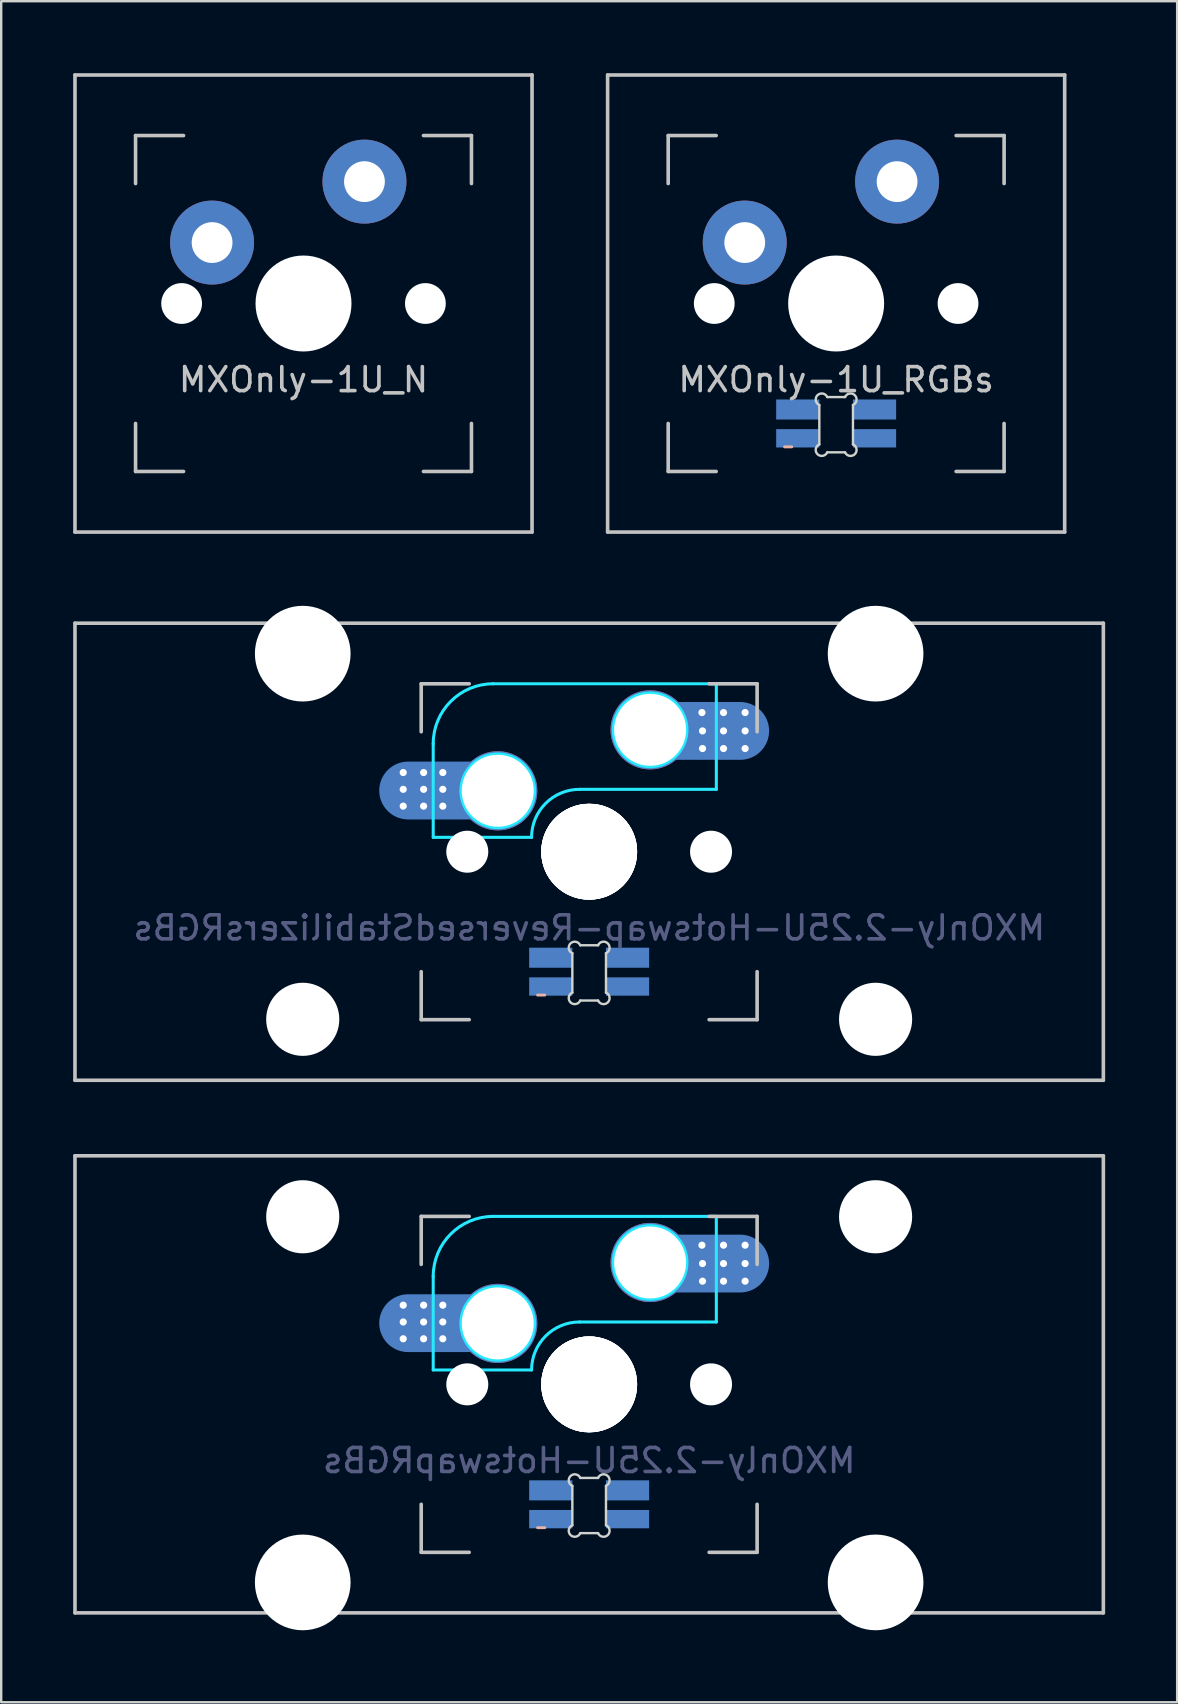
<source format=kicad_pcb>
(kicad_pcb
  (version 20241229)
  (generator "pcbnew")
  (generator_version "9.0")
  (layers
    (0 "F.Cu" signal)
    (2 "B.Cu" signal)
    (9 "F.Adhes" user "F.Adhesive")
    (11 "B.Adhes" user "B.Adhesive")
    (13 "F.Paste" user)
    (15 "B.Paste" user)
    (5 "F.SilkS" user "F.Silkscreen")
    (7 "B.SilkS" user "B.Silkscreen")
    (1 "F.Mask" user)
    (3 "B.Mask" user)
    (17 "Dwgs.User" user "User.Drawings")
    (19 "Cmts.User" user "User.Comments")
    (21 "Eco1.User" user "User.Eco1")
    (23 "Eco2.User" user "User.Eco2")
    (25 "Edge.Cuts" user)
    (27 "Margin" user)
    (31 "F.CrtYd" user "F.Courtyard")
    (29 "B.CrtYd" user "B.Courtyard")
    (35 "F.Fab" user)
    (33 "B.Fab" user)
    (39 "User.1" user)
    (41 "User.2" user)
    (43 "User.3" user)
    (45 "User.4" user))
  (footprint "MXOnly-1U_RGBs"
    (layer "F.Cu")
    (at 31.8 9.6)
    (property "Reference" "MXOnly-1U_RGBs" (at 0 3.175 0) (layer "Dwgs.User") (effects (font (size 1 1) (thickness 0.15))))
    (attr through_hole)
    (fp_line (start -2.15 5.975) (end -1.85 5.975) (stroke (width 0.12) (type solid)) (layer "B.SilkS"))
    (fp_line (start -9.525 -9.525) (end 9.525 -9.525) (stroke (width 0.15) (type solid)) (layer "Dwgs.User"))
    (fp_line (start -9.525 9.525) (end -9.525 -9.525) (stroke (width 0.15) (type solid)) (layer "Dwgs.User"))
    (fp_line (start -7 -7) (end -7 -5) (stroke (width 0.15) (type solid)) (layer "Dwgs.User"))
    (fp_line (start -7 5) (end -7 7) (stroke (width 0.15) (type solid)) (layer "Dwgs.User"))
    (fp_line (start -7 7) (end -5 7) (stroke (width 0.15) (type solid)) (layer "Dwgs.User"))
    (fp_line (start -5 -7) (end -7 -7) (stroke (width 0.15) (type solid)) (layer "Dwgs.User"))
    (fp_line (start 5 -7) (end 7 -7) (stroke (width 0.15) (type solid)) (layer "Dwgs.User"))
    (fp_line (start 5 7) (end 7 7) (stroke (width 0.15) (type solid)) (layer "Dwgs.User"))
    (fp_line (start 7 -7) (end 7 -5) (stroke (width 0.15) (type solid)) (layer "Dwgs.User"))
    (fp_line (start 7 7) (end 7 5) (stroke (width 0.15) (type solid)) (layer "Dwgs.User"))
    (fp_line (start 9.525 -9.525) (end 9.525 9.525) (stroke (width 0.15) (type solid)) (layer "Dwgs.User"))
    (fp_line (start 9.525 9.525) (end -9.525 9.525) (stroke (width 0.15) (type solid)) (layer "Dwgs.User"))
    (fp_line (start -0.701 5.873) (end -0.701 4.229) (stroke (width 0.1) (type solid)) (layer "Edge.Cuts"))
    (fp_line (start -0.372 3.9) (end 0.372 3.9) (stroke (width 0.1) (type solid)) (layer "Edge.Cuts"))
    (fp_line (start 0.372 6.202) (end -0.372 6.202) (stroke (width 0.1) (type solid)) (layer "Edge.Cuts"))
    (fp_line (start 0.701 4.229) (end 0.701 5.873) (stroke (width 0.1) (type solid)) (layer "Edge.Cuts"))
    (fp_arc (start -0.701007 4.229129) (mid -0.777791 3.823216) (end -0.371878 3.9) (stroke (width 0.1) (type solid)) (layer "Edge.Cuts"))
    (fp_arc (start -0.371878 6.202013) (mid -0.777748 6.278754) (end -0.701007 5.872884) (stroke (width 0.1) (type solid)) (layer "Edge.Cuts"))
    (fp_arc (start 0.371877 3.9) (mid 0.777804 3.823208) (end 0.701006 4.229129) (stroke (width 0.1) (type solid)) (layer "Edge.Cuts"))
    (fp_arc (start 0.701006 5.872884) (mid 0.777758 6.278765) (end 0.371877 6.202013) (stroke (width 0.1) (type solid)) (layer "Edge.Cuts"))
    (pad "" np_thru_hole circle (at -5.08 0 48.099) (size 1.7 1.7) (drill 1.7) (layers "*.Cu" "*.Mask"))
    (pad "" smd circle (at -3.81 -2.55) (size 2.5 2.5) (layers "B.Mask"))
    (pad "" np_thru_hole circle (at 0 0) (size 4 4) (drill 4) (layers "*.Cu" "*.Mask"))
    (pad "" smd circle (at 2.54 -5.08) (size 2.5 2.5) (layers "B.Mask"))
    (pad "" np_thru_hole circle (at 5.08 0 48.099) (size 1.7 1.7) (drill 1.7) (layers "*.Cu" "*.Mask"))
    (pad "1" thru_hole circle (at -3.81 -2.54) (size 3.5 3.5) (drill 1.7) (layers "*.Cu"))
    (pad "2" thru_hole circle (at 2.54 -5.08) (size 3.5 3.5) (drill 1.7) (layers "*.Cu"))
    (pad "3" smd rect (at 1.6 4.418) (size 1.8 0.836) (layers "B.Cu" "B.Mask" "B.Paste"))
    (pad "4" smd rect (at -1.6 4.418) (size 1.8 0.836) (layers "B.Cu" "B.Mask" "B.Paste"))
    (pad "5" smd rect (at 1.6 5.618) (size 1.8 0.764) (layers "B.Cu" "B.Mask" "B.Paste"))
    (pad "6" smd rect (at -1.6 5.618) (size 1.8 0.764) (layers "B.Cu" "B.Mask" "B.Paste")))
  (footprint "MXOnly-1U_N"
    (layer "F.Cu")
    (at 9.6 9.6)
    (property "Reference" "MXOnly-1U_N" (at 0 3.175 0) (layer "Dwgs.User") (effects (font (size 1 1) (thickness 0.15))))
    (attr through_hole)
    (fp_line (start -9.525 -9.525) (end 9.525 -9.525) (stroke (width 0.15) (type solid)) (layer "Dwgs.User"))
    (fp_line (start -9.525 9.525) (end -9.525 -9.525) (stroke (width 0.15) (type solid)) (layer "Dwgs.User"))
    (fp_line (start -7 -7) (end -7 -5) (stroke (width 0.15) (type solid)) (layer "Dwgs.User"))
    (fp_line (start -7 5) (end -7 7) (stroke (width 0.15) (type solid)) (layer "Dwgs.User"))
    (fp_line (start -7 7) (end -5 7) (stroke (width 0.15) (type solid)) (layer "Dwgs.User"))
    (fp_line (start -5 -7) (end -7 -7) (stroke (width 0.15) (type solid)) (layer "Dwgs.User"))
    (fp_line (start 5 -7) (end 7 -7) (stroke (width 0.15) (type solid)) (layer "Dwgs.User"))
    (fp_line (start 5 7) (end 7 7) (stroke (width 0.15) (type solid)) (layer "Dwgs.User"))
    (fp_line (start 7 -7) (end 7 -5) (stroke (width 0.15) (type solid)) (layer "Dwgs.User"))
    (fp_line (start 7 7) (end 7 5) (stroke (width 0.15) (type solid)) (layer "Dwgs.User"))
    (fp_line (start 9.525 -9.525) (end 9.525 9.525) (stroke (width 0.15) (type solid)) (layer "Dwgs.User"))
    (fp_line (start 9.525 9.525) (end -9.525 9.525) (stroke (width 0.15) (type solid)) (layer "Dwgs.User"))
    (pad "" np_thru_hole circle (at -5.08 0 48.099) (size 1.7 1.7) (drill 1.7) (layers "*.Cu" "*.Mask"))
    (pad "" smd circle (at -3.81 -2.55) (size 2.5 2.5) (layers "B.Mask"))
    (pad "" np_thru_hole circle (at 0 0) (size 4 4) (drill 4) (layers "*.Cu" "*.Mask"))
    (pad "" smd circle (at 2.54 -5.08) (size 2.5 2.5) (layers "B.Mask"))
    (pad "" np_thru_hole circle (at 5.08 0 48.099) (size 1.7 1.7) (drill 1.7) (layers "*.Cu" "*.Mask"))
    (pad "1" thru_hole circle (at -3.81 -2.54) (size 3.5 3.5) (drill 1.7) (layers "*.Cu"))
    (pad "2" thru_hole circle (at 2.54 -5.08) (size 3.5 3.5) (drill 1.7) (layers "*.Cu")))
  (footprint "MXOnly-2.25U-HotswapRGBs"
    (layer "F.Cu")
    (at 21.506 54.649)
    (property "Reference" "MXOnly-2.25U-HotswapRGBs" (at 0 3.175 0) (layer "B.Fab") (effects (font (size 1 1) (thickness 0.15)) (justify mirror)))
    (attr smd)
    (fp_line (start -2.15 5.975) (end -1.85 5.975) (stroke (width 0.12) (type solid)) (layer "B.SilkS"))
    (fp_line (start -21.431 -9.525) (end 21.431 -9.525) (stroke (width 0.15) (type solid)) (layer "Dwgs.User"))
    (fp_line (start -21.431 9.525) (end -21.431 -9.525) (stroke (width 0.15) (type solid)) (layer "Dwgs.User"))
    (fp_line (start -7 -7) (end -7 -5) (stroke (width 0.15) (type solid)) (layer "Dwgs.User"))
    (fp_line (start -7 5) (end -7 7) (stroke (width 0.15) (type solid)) (layer "Dwgs.User"))
    (fp_line (start -7 7) (end -5 7) (stroke (width 0.15) (type solid)) (layer "Dwgs.User"))
    (fp_line (start -5 -7) (end -7 -7) (stroke (width 0.15) (type solid)) (layer "Dwgs.User"))
    (fp_line (start 5 -7) (end 7 -7) (stroke (width 0.15) (type solid)) (layer "Dwgs.User"))
    (fp_line (start 5 7) (end 7 7) (stroke (width 0.15) (type solid)) (layer "Dwgs.User"))
    (fp_line (start 7 -5) (end 7 -7) (stroke (width 0.15) (type solid)) (layer "Dwgs.User"))
    (fp_line (start 7 7) (end 7 5) (stroke (width 0.15) (type solid)) (layer "Dwgs.User"))
    (fp_line (start 21.431 -9.525) (end 21.431 9.525) (stroke (width 0.15) (type solid)) (layer "Dwgs.User"))
    (fp_line (start 21.431 9.525) (end -21.431 9.525) (stroke (width 0.15) (type solid)) (layer "Dwgs.User"))
    (fp_line (start -0.701 5.873) (end -0.701 4.229) (stroke (width 0.1) (type solid)) (layer "Edge.Cuts"))
    (fp_line (start -0.372 3.9) (end 0.372 3.9) (stroke (width 0.1) (type solid)) (layer "Edge.Cuts"))
    (fp_line (start 0.372 6.202) (end -0.372 6.202) (stroke (width 0.1) (type solid)) (layer "Edge.Cuts"))
    (fp_line (start 0.701 4.229) (end 0.701 5.873) (stroke (width 0.1) (type solid)) (layer "Edge.Cuts"))
    (fp_arc (start -0.701007 4.229129) (mid -0.777791 3.823216) (end -0.371878 3.9) (stroke (width 0.1) (type solid)) (layer "Edge.Cuts"))
    (fp_arc (start -0.371878 6.202013) (mid -0.777748 6.278754) (end -0.701007 5.872884) (stroke (width 0.1) (type solid)) (layer "Edge.Cuts"))
    (fp_arc (start 0.371877 3.9) (mid 0.777804 3.823208) (end 0.701006 4.229129) (stroke (width 0.1) (type solid)) (layer "Edge.Cuts"))
    (fp_arc (start 0.701006 5.872884) (mid 0.777758 6.278765) (end 0.371877 6.202013) (stroke (width 0.1) (type solid)) (layer "Edge.Cuts"))
    (fp_line (start -6.5 -4.5) (end -6.5 -0.6) (stroke (width 0.127) (type solid)) (layer "B.CrtYd"))
    (fp_line (start -6.5 -0.6) (end -2.4 -0.6) (stroke (width 0.127) (type solid)) (layer "B.CrtYd"))
    (fp_line (start -0.4 -2.6) (end 5.3 -2.6) (stroke (width 0.127) (type solid)) (layer "B.CrtYd"))
    (fp_line (start 5.3 -7) (end -4 -7) (stroke (width 0.127) (type solid)) (layer "B.CrtYd"))
    (fp_line (start 5.3 -7) (end 5.3 -2.6) (stroke (width 0.127) (type solid)) (layer "B.CrtYd"))
    (fp_arc (start -6.5 -4.5) (mid -5.767767 -6.267767) (end -4 -7) (stroke (width 0.127) (type solid)) (layer "B.CrtYd"))
    (fp_arc (start -2.4 -0.6) (mid -1.814214 -2.014214) (end -0.4 -2.6) (stroke (width 0.127) (type solid)) (layer "B.CrtYd"))
    (fp_circle (center -3.81 -2.54) (end -2.286 -2.54) (stroke (width 0.15) (type solid)) (fill no) (layer "B.CrtYd"))
    (fp_circle (center 2.54 -5.08) (end 2.54 -6.604) (stroke (width 0.15) (type solid)) (fill no) (layer "B.CrtYd"))
    (pad "" np_thru_hole circle (at -11.938 -6.985) (size 3.048 3.048) (drill 3.048) (layers "*.Cu" "*.Mask"))
    (pad "" np_thru_hole circle (at -11.938 8.255) (size 3.988 3.988) (drill 3.988) (layers "*.Cu" "*.Mask"))
    (pad "" np_thru_hole circle (at -5.08 0 48.1) (size 1.75 1.75) (drill 1.75) (layers "*.Cu" "*.Mask"))
    (pad "" np_thru_hole circle (at 0 0) (size 3.988 3.988) (drill 3.988) (layers "*.Cu" "*.Mask"))
    (pad "" np_thru_hole circle (at 0 0) (size 3.988 3.988) (drill 3.988) (layers "*.Cu" "*.Mask"))
    (pad "" np_thru_hole circle (at 0 0) (size 4 4) (drill 4) (layers "*.Cu" "*.Mask"))
    (pad "" np_thru_hole circle (at 0 0) (size 4 4) (drill 4) (layers "*.Cu" "*.Mask"))
    (pad "" np_thru_hole circle (at 5.08 0 48.1) (size 1.75 1.75) (drill 1.75) (layers "*.Cu" "*.Mask"))
    (pad "" np_thru_hole circle (at 11.938 -6.985) (size 3.048 3.048) (drill 3.048) (layers "*.Cu" "*.Mask"))
    (pad "" np_thru_hole circle (at 11.938 8.255) (size 3.988 3.988) (drill 3.988) (layers "*.Cu" "*.Mask"))
    (pad "1" thru_hole circle (at 2.54 -5.08) (size 3.3 3.3) (drill 3) (layers "*.Cu" "B.Mask"))
    (pad "1" thru_hole circle (at 4.7 -5.8) (size 0.4 0.4) (drill 0.3) (layers "*.Cu" "B.Mask"))
    (pad "1" thru_hole circle (at 4.725 -5.035) (size 0.4 0.4) (drill 0.3) (layers "*.Cu" "B.Mask"))
    (pad "1" thru_hole circle (at 4.725 -4.3) (size 0.4 0.4) (drill 0.3) (layers "*.Cu" "B.Mask"))
    (pad "1" smd oval (at 4.75 -5.035) (size 5.5 2.41) (layers "B.Cu" "B.Mask" "B.Paste"))
    (pad "1" thru_hole circle (at 5.6 -5.8) (size 0.4 0.4) (drill 0.3) (layers "*.Cu" "B.Mask"))
    (pad "1" thru_hole circle (at 5.6 -5.035) (size 0.4 0.4) (drill 0.3) (layers "*.Cu" "B.Mask"))
    (pad "1" thru_hole circle (at 5.6 -4.3) (size 0.4 0.4) (drill 0.3) (layers "*.Cu" "B.Mask"))
    (pad "1" thru_hole circle (at 6.5 -5.8) (size 0.4 0.4) (drill 0.3) (layers "*.Cu" "B.Mask"))
    (pad "1" thru_hole circle (at 6.5 -5.035) (size 0.4 0.4) (drill 0.3) (layers "*.Cu" "B.Mask"))
    (pad "1" thru_hole circle (at 6.5 -4.3) (size 0.4 0.4) (drill 0.3) (layers "*.Cu" "B.Mask"))
    (pad "2" thru_hole circle (at -7.75 -3.3) (size 0.4 0.4) (drill 0.3) (layers "*.Cu" "B.Mask"))
    (pad "2" thru_hole circle (at -7.75 -2.6) (size 0.4 0.4) (drill 0.3) (layers "*.Cu" "B.Mask"))
    (pad "2" thru_hole circle (at -7.75 -1.9) (size 0.4 0.4) (drill 0.3) (layers "*.Cu" "B.Mask"))
    (pad "2" thru_hole circle (at -6.9 -3.3) (size 0.4 0.4) (drill 0.3) (layers "*.Cu" "B.Mask"))
    (pad "2" thru_hole circle (at -6.9 -2.6) (size 0.4 0.4) (drill 0.3) (layers "*.Cu" "B.Mask"))
    (pad "2" thru_hole circle (at -6.9 -1.9) (size 0.4 0.4) (drill 0.3) (layers "*.Cu" "B.Mask"))
    (pad "2" thru_hole circle (at -6.1 -3.3) (size 0.4 0.4) (drill 0.3) (layers "*.Cu" "B.Mask"))
    (pad "2" thru_hole circle (at -6.1 -2.6) (size 0.4 0.4) (drill 0.3) (layers "*.Cu" "B.Mask"))
    (pad "2" thru_hole circle (at -6.1 -1.9) (size 0.4 0.4) (drill 0.3) (layers "*.Cu" "B.Mask"))
    (pad "2" smd oval (at -6 -2.55) (size 5.5 2.41) (layers "B.Cu" "B.Mask" "B.Paste"))
    (pad "2" thru_hole circle (at -3.81 -2.54) (size 3.3 3.3) (drill 3) (layers "*.Cu" "B.Mask"))
    (pad "3" smd rect (at 1.6 4.418) (size 1.8 0.836) (layers "B.Cu" "B.Mask" "B.Paste"))
    (pad "4" smd rect (at -1.6 4.418) (size 1.8 0.836) (layers "B.Cu" "B.Mask" "B.Paste"))
    (pad "5" smd rect (at 1.6 5.618) (size 1.8 0.764) (layers "B.Cu" "B.Mask" "B.Paste"))
    (pad "6" smd rect (at -1.6 5.618) (size 1.8 0.764) (layers "B.Cu" "B.Mask" "B.Paste")))
  (footprint "MXOnly-2.25U-Hotswap-ReversedStabilizersRGBs"
    (layer "F.Cu")
    (at 21.506 32.449)
    (property "Reference" "MXOnly-2.25U-Hotswap-ReversedStabilizersRGBs" (at 0 3.175 0) (layer "B.Fab") (effects (font (size 1 1) (thickness 0.15)) (justify mirror)))
    (attr smd)
    (fp_line (start -2.15 5.975) (end -1.85 5.975) (stroke (width 0.12) (type solid)) (layer "B.SilkS"))
    (fp_line (start -21.431 -9.525) (end 21.431 -9.525) (stroke (width 0.15) (type solid)) (layer "Dwgs.User"))
    (fp_line (start -21.431 9.525) (end -21.431 -9.525) (stroke (width 0.15) (type solid)) (layer "Dwgs.User"))
    (fp_line (start -7 -7) (end -7 -5) (stroke (width 0.15) (type solid)) (layer "Dwgs.User"))
    (fp_line (start -7 5) (end -7 7) (stroke (width 0.15) (type solid)) (layer "Dwgs.User"))
    (fp_line (start -7 7) (end -5 7) (stroke (width 0.15) (type solid)) (layer "Dwgs.User"))
    (fp_line (start -5 -7) (end -7 -7) (stroke (width 0.15) (type solid)) (layer "Dwgs.User"))
    (fp_line (start 5 -7) (end 7 -7) (stroke (width 0.15) (type solid)) (layer "Dwgs.User"))
    (fp_line (start 5 7) (end 7 7) (stroke (width 0.15) (type solid)) (layer "Dwgs.User"))
    (fp_line (start 7 -5) (end 7 -7) (stroke (width 0.15) (type solid)) (layer "Dwgs.User"))
    (fp_line (start 7 7) (end 7 5) (stroke (width 0.15) (type solid)) (layer "Dwgs.User"))
    (fp_line (start 21.431 -9.525) (end 21.431 9.525) (stroke (width 0.15) (type solid)) (layer "Dwgs.User"))
    (fp_line (start 21.431 9.525) (end -21.431 9.525) (stroke (width 0.15) (type solid)) (layer "Dwgs.User"))
    (fp_line (start -0.701 5.873) (end -0.701 4.229) (stroke (width 0.1) (type solid)) (layer "Edge.Cuts"))
    (fp_line (start -0.372 3.9) (end 0.372 3.9) (stroke (width 0.1) (type solid)) (layer "Edge.Cuts"))
    (fp_line (start 0.372 6.202) (end -0.372 6.202) (stroke (width 0.1) (type solid)) (layer "Edge.Cuts"))
    (fp_line (start 0.701 4.229) (end 0.701 5.873) (stroke (width 0.1) (type solid)) (layer "Edge.Cuts"))
    (fp_arc (start -0.701007 4.229129) (mid -0.777791 3.823216) (end -0.371878 3.9) (stroke (width 0.1) (type solid)) (layer "Edge.Cuts"))
    (fp_arc (start -0.371878 6.202013) (mid -0.777748 6.278754) (end -0.701007 5.872884) (stroke (width 0.1) (type solid)) (layer "Edge.Cuts"))
    (fp_arc (start 0.371877 3.9) (mid 0.777804 3.823208) (end 0.701006 4.229129) (stroke (width 0.1) (type solid)) (layer "Edge.Cuts"))
    (fp_arc (start 0.701006 5.872884) (mid 0.777758 6.278765) (end 0.371877 6.202013) (stroke (width 0.1) (type solid)) (layer "Edge.Cuts"))
    (fp_line (start -6.5 -4.5) (end -6.5 -0.6) (stroke (width 0.127) (type solid)) (layer "B.CrtYd"))
    (fp_line (start -6.5 -0.6) (end -2.4 -0.6) (stroke (width 0.127) (type solid)) (layer "B.CrtYd"))
    (fp_line (start -0.4 -2.6) (end 5.3 -2.6) (stroke (width 0.127) (type solid)) (layer "B.CrtYd"))
    (fp_line (start 5.3 -7) (end -4 -7) (stroke (width 0.127) (type solid)) (layer "B.CrtYd"))
    (fp_line (start 5.3 -7) (end 5.3 -2.6) (stroke (width 0.127) (type solid)) (layer "B.CrtYd"))
    (fp_arc (start -6.5 -4.5) (mid -5.767767 -6.267767) (end -4 -7) (stroke (width 0.127) (type solid)) (layer "B.CrtYd"))
    (fp_arc (start -2.4 -0.6) (mid -1.814214 -2.014214) (end -0.4 -2.6) (stroke (width 0.127) (type solid)) (layer "B.CrtYd"))
    (fp_circle (center -3.81 -2.54) (end -2.286 -2.54) (stroke (width 0.15) (type solid)) (fill no) (layer "B.CrtYd"))
    (fp_circle (center 2.54 -5.08) (end 2.54 -6.604) (stroke (width 0.15) (type solid)) (fill no) (layer "B.CrtYd"))
    (pad "" np_thru_hole circle (at -11.938 -8.255) (size 3.988 3.988) (drill 3.988) (layers "*.Cu" "*.Mask"))
    (pad "" np_thru_hole circle (at -11.938 6.985) (size 3.048 3.048) (drill 3.048) (layers "*.Cu" "*.Mask"))
    (pad "" np_thru_hole circle (at -5.08 0 48.1) (size 1.75 1.75) (drill 1.75) (layers "*.Cu" "*.Mask"))
    (pad "" np_thru_hole circle (at 0 0) (size 3.988 3.988) (drill 3.988) (layers "*.Cu" "*.Mask"))
    (pad "" np_thru_hole circle (at 0 0) (size 3.988 3.988) (drill 3.988) (layers "*.Cu" "*.Mask"))
    (pad "" np_thru_hole circle (at 0 0) (size 4 4) (drill 4) (layers "*.Cu" "*.Mask"))
    (pad "" np_thru_hole circle (at 0 0) (size 4 4) (drill 4) (layers "*.Cu" "*.Mask"))
    (pad "" np_thru_hole circle (at 5.08 0 48.1) (size 1.75 1.75) (drill 1.75) (layers "*.Cu" "*.Mask"))
    (pad "" np_thru_hole circle (at 11.938 -8.255) (size 3.988 3.988) (drill 3.988) (layers "*.Cu" "*.Mask"))
    (pad "" np_thru_hole circle (at 11.938 6.985) (size 3.048 3.048) (drill 3.048) (layers "*.Cu" "*.Mask"))
    (pad "1" thru_hole circle (at 2.54 -5.08) (size 3.3 3.3) (drill 3) (layers "*.Cu" "B.Mask"))
    (pad "1" thru_hole circle (at 4.7 -5.8) (size 0.4 0.4) (drill 0.3) (layers "*.Cu" "B.Mask"))
    (pad "1" thru_hole circle (at 4.725 -5.035) (size 0.4 0.4) (drill 0.3) (layers "*.Cu" "B.Mask"))
    (pad "1" thru_hole circle (at 4.725 -4.3) (size 0.4 0.4) (drill 0.3) (layers "*.Cu" "B.Mask"))
    (pad "1" smd oval (at 4.75 -5.035) (size 5.5 2.41) (layers "B.Cu" "B.Mask" "B.Paste"))
    (pad "1" thru_hole circle (at 5.6 -5.8) (size 0.4 0.4) (drill 0.3) (layers "*.Cu" "B.Mask"))
    (pad "1" thru_hole circle (at 5.6 -5.035) (size 0.4 0.4) (drill 0.3) (layers "*.Cu" "B.Mask"))
    (pad "1" thru_hole circle (at 5.6 -4.3) (size 0.4 0.4) (drill 0.3) (layers "*.Cu" "B.Mask"))
    (pad "1" thru_hole circle (at 6.5 -5.8) (size 0.4 0.4) (drill 0.3) (layers "*.Cu" "B.Mask"))
    (pad "1" thru_hole circle (at 6.5 -5.035) (size 0.4 0.4) (drill 0.3) (layers "*.Cu" "B.Mask"))
    (pad "1" thru_hole circle (at 6.5 -4.3) (size 0.4 0.4) (drill 0.3) (layers "*.Cu" "B.Mask"))
    (pad "2" thru_hole circle (at -7.75 -3.3) (size 0.4 0.4) (drill 0.3) (layers "*.Cu" "B.Mask"))
    (pad "2" thru_hole circle (at -7.75 -2.6) (size 0.4 0.4) (drill 0.3) (layers "*.Cu" "B.Mask"))
    (pad "2" thru_hole circle (at -7.75 -1.9) (size 0.4 0.4) (drill 0.3) (layers "*.Cu" "B.Mask"))
    (pad "2" thru_hole circle (at -6.9 -3.3) (size 0.4 0.4) (drill 0.3) (layers "*.Cu" "B.Mask"))
    (pad "2" thru_hole circle (at -6.9 -2.6) (size 0.4 0.4) (drill 0.3) (layers "*.Cu" "B.Mask"))
    (pad "2" thru_hole circle (at -6.9 -1.9) (size 0.4 0.4) (drill 0.3) (layers "*.Cu" "B.Mask"))
    (pad "2" thru_hole circle (at -6.1 -3.3) (size 0.4 0.4) (drill 0.3) (layers "*.Cu" "B.Mask"))
    (pad "2" thru_hole circle (at -6.1 -2.6) (size 0.4 0.4) (drill 0.3) (layers "*.Cu" "B.Mask"))
    (pad "2" thru_hole circle (at -6.1 -1.9) (size 0.4 0.4) (drill 0.3) (layers "*.Cu" "B.Mask"))
    (pad "2" smd oval (at -6 -2.55) (size 5.5 2.41) (layers "B.Cu" "B.Mask" "B.Paste"))
    (pad "2" thru_hole circle (at -3.81 -2.54) (size 3.3 3.3) (drill 3) (layers "*.Cu" "B.Mask"))
    (pad "3" smd rect (at 1.6 4.418) (size 1.8 0.836) (layers "B.Cu" "B.Mask" "B.Paste"))
    (pad "4" smd rect (at -1.6 4.418) (size 1.8 0.836) (layers "B.Cu" "B.Mask" "B.Paste"))
    (pad "5" smd rect (at 1.6 5.618) (size 1.8 0.764) (layers "B.Cu" "B.Mask" "B.Paste"))
    (pad "6" smd rect (at -1.6 5.618) (size 1.8 0.764) (layers "B.Cu" "B.Mask" "B.Paste")))
  (gr_rect
    (start -3 -3)
    (end 46.013 67.898)
    (stroke (width 0.1) (type default))
    (fill no)
    (layer "Edge.Cuts")))
</source>
